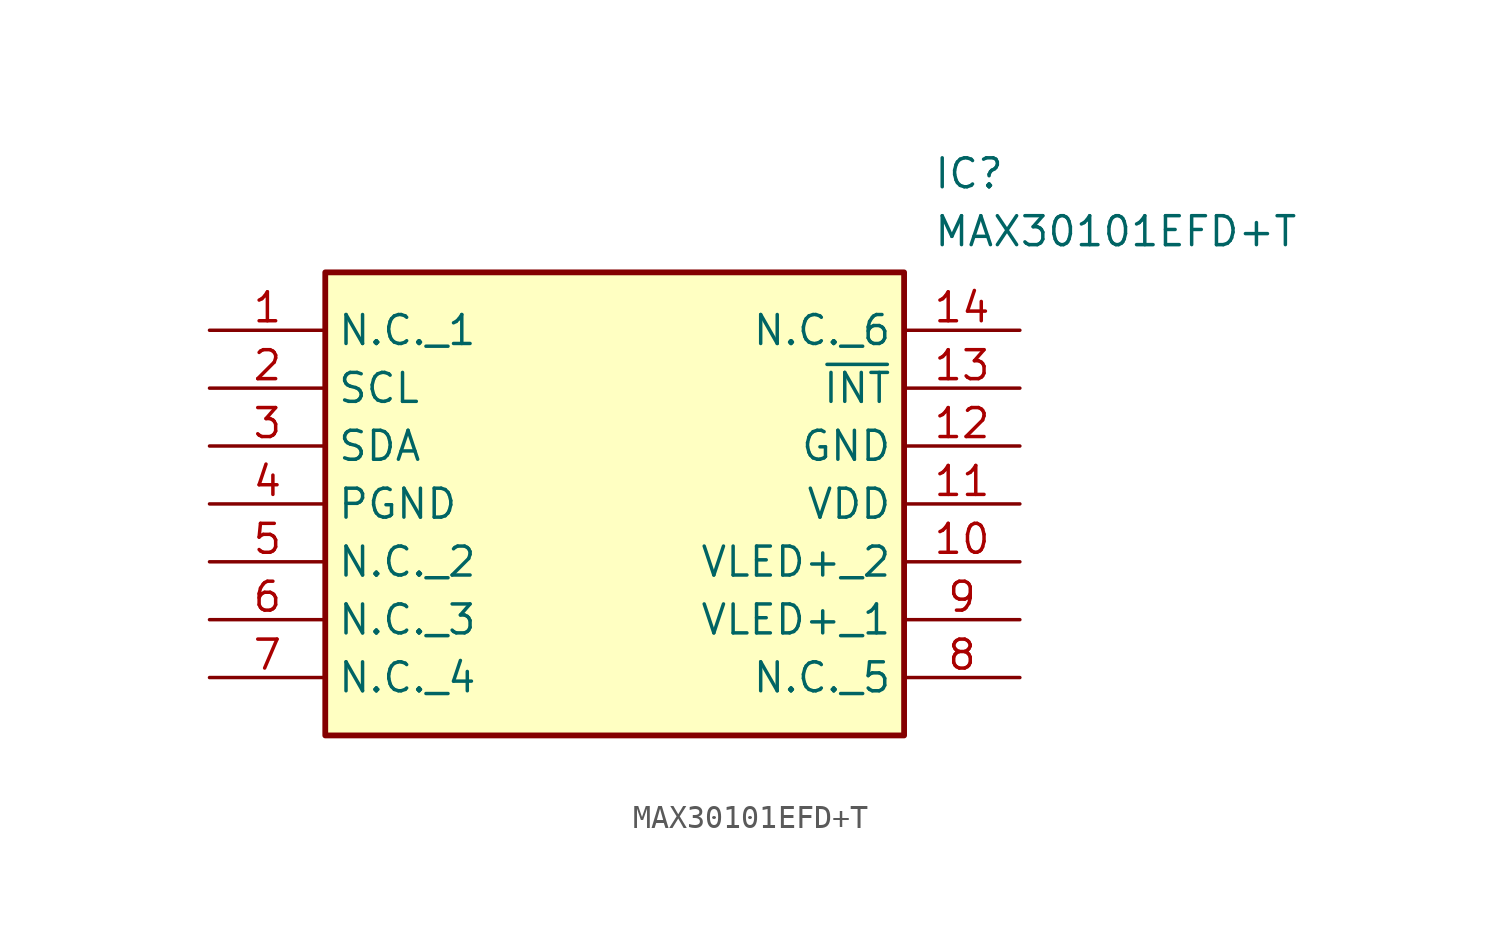
<source format=kicad_sym>
(kicad_symbol_lib
  (version 20211014)
  (generator SamacSys_ECAD_Model)
  (symbol "MAX30101EFD+T"
    (property "Reference" "IC"
      (at 31.75 7.62 0)
      (effects (font (size 1.27 1.27)) (justify left top)))
    (property "Value" "MAX30101EFD+T"
      (at 31.75 5.08 0)
      (effects (font (size 1.27 1.27)) (justify left top)))
    (rectangle
      (start 5.08 2.54)
      (end 30.48 -17.78)
      (stroke (width 0.254) (type default))
      (fill (type background)))
    (pin passive line
      (at 0 0 0)
      (length 5.08)
      (name "N.C._1" (effects (font (size 1.27 1.27))))
      (number "1" (effects (font (size 1.27 1.27)))))
    (pin passive line
      (at 0 -2.54 0)
      (length 5.08)
      (name "SCL" (effects (font (size 1.27 1.27))))
      (number "2" (effects (font (size 1.27 1.27)))))
    (pin passive line
      (at 0 -5.08 0)
      (length 5.08)
      (name "SDA" (effects (font (size 1.27 1.27))))
      (number "3" (effects (font (size 1.27 1.27)))))
    (pin passive line
      (at 0 -7.62 0)
      (length 5.08)
      (name "PGND" (effects (font (size 1.27 1.27))))
      (number "4" (effects (font (size 1.27 1.27)))))
    (pin passive line
      (at 0 -10.16 0)
      (length 5.08)
      (name "N.C._2" (effects (font (size 1.27 1.27))))
      (number "5" (effects (font (size 1.27 1.27)))))
    (pin passive line
      (at 0 -12.7 0)
      (length 5.08)
      (name "N.C._3" (effects (font (size 1.27 1.27))))
      (number "6" (effects (font (size 1.27 1.27)))))
    (pin passive line
      (at 0 -15.24 0)
      (length 5.08)
      (name "N.C._4" (effects (font (size 1.27 1.27))))
      (number "7" (effects (font (size 1.27 1.27)))))
    (pin passive line
      (at 35.56 -15.24 180)
      (length 5.08)
      (name "N.C._5" (effects (font (size 1.27 1.27))))
      (number "8" (effects (font (size 1.27 1.27)))))
    (pin passive line
      (at 35.56 -12.7 180)
      (length 5.08)
      (name "VLED+_1" (effects (font (size 1.27 1.27))))
      (number "9" (effects (font (size 1.27 1.27)))))
    (pin passive line
      (at 35.56 -10.16 180)
      (length 5.08)
      (name "VLED+_2" (effects (font (size 1.27 1.27))))
      (number "10" (effects (font (size 1.27 1.27)))))
    (pin passive line
      (at 35.56 -7.62 180)
      (length 5.08)
      (name "VDD" (effects (font (size 1.27 1.27))))
      (number "11" (effects (font (size 1.27 1.27)))))
    (pin passive line
      (at 35.56 -5.08 180)
      (length 5.08)
      (name "GND" (effects (font (size 1.27 1.27))))
      (number "12" (effects (font (size 1.27 1.27)))))
    (pin passive line
      (at 35.56 -2.54 180)
      (length 5.08)
      (name "~{INT}" (effects (font (size 1.27 1.27))))
      (number "13" (effects (font (size 1.27 1.27)))))
    (pin passive line
      (at 35.56 0 180)
      (length 5.08)
      (name "N.C._6" (effects (font (size 1.27 1.27))))
      (number "14" (effects (font (size 1.27 1.27)))))))
</source>
